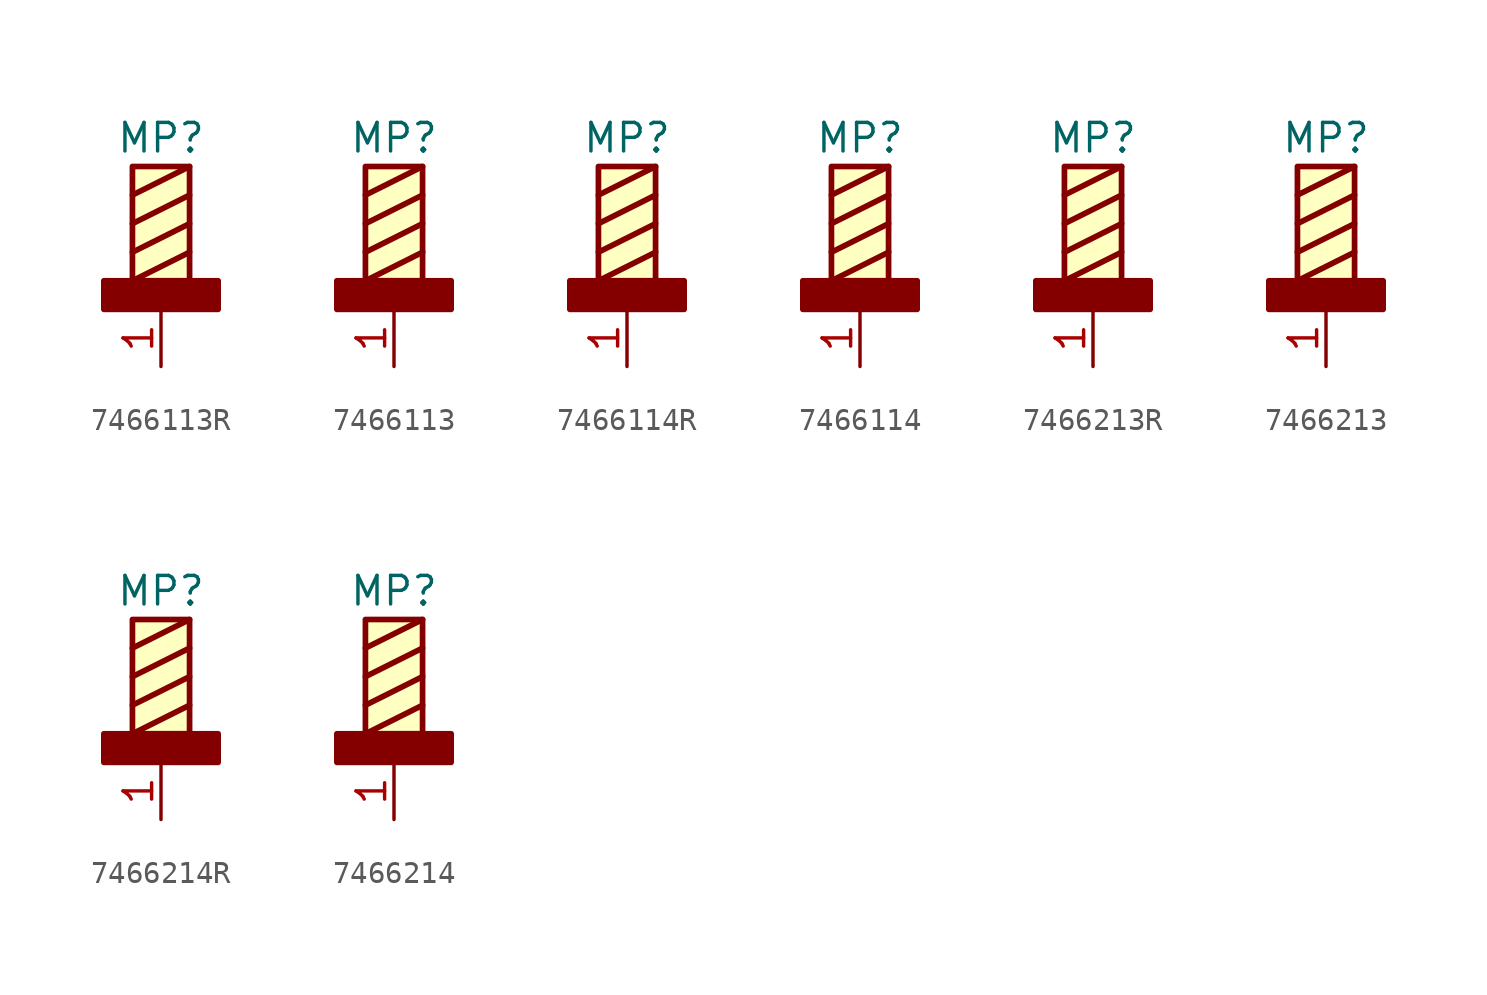
<source format=kicad_sym>
(kicad_symbol_lib
  (version 20220914)
  (generator kicad_symbol_editor)
  (symbol "7466113R"
    (pin_names hide)
    (property "Reference" "MP"
      (at 0 5.08 0)
      (effects (font (size 1.27 1.27))))
    (symbol "7466113R_0_0"
      (rectangle (start -1.27 3.81) (end 1.27 -1.27) (stroke (width 0.254) (type default)) (fill (type background)))
      (polyline (pts (xy -1.27 2.54) (xy 1.27 3.81)) (stroke (width 0.254) (type default)) (fill (type none)))
      (polyline (pts (xy 1.27 0) (xy -1.27 -1.27)) (stroke (width 0.254) (type default)) (fill (type none)))
      (polyline (pts (xy 1.27 1.27) (xy -1.27 0)) (stroke (width 0.254) (type default)) (fill (type none)))
      (polyline (pts (xy 1.27 2.54) (xy -1.27 1.27)) (stroke (width 0.254) (type default)) (fill (type none))))
    (symbol "7466113R_1_0"
      (rectangle (start -2.54 -1.27) (end 2.54 -2.54) (stroke (width 0.254) (type default)) (fill (type outline)))
      (pin passive line (at 0 -5.08 90) (length 2.54) (name "1" (effects (font (size 1.27 1.27)))) (number "1" (effects (font (size 1.27 1.27)))))))
  (symbol "7466113"
    (pin_names hide)
    (property "Reference" "MP"
      (at 0 5.08 0)
      (effects (font (size 1.27 1.27))))
    (symbol "7466113_0_0"
      (rectangle (start -1.27 3.81) (end 1.27 -1.27) (stroke (width 0.254) (type default)) (fill (type background)))
      (polyline (pts (xy -1.27 2.54) (xy 1.27 3.81)) (stroke (width 0.254) (type default)) (fill (type none)))
      (polyline (pts (xy 1.27 0) (xy -1.27 -1.27)) (stroke (width 0.254) (type default)) (fill (type none)))
      (polyline (pts (xy 1.27 1.27) (xy -1.27 0)) (stroke (width 0.254) (type default)) (fill (type none)))
      (polyline (pts (xy 1.27 2.54) (xy -1.27 1.27)) (stroke (width 0.254) (type default)) (fill (type none))))
    (symbol "7466113_1_0"
      (rectangle (start -2.54 -1.27) (end 2.54 -2.54) (stroke (width 0.254) (type default)) (fill (type outline)))
      (pin passive line (at 0 -5.08 90) (length 2.54) (name "1" (effects (font (size 1.27 1.27)))) (number "1" (effects (font (size 1.27 1.27)))))))
  (symbol "7466114R"
    (pin_names hide)
    (property "Reference" "MP"
      (at 0 5.08 0)
      (effects (font (size 1.27 1.27))))
    (symbol "7466114R_0_0"
      (rectangle (start -1.27 3.81) (end 1.27 -1.27) (stroke (width 0.254) (type default)) (fill (type background)))
      (polyline (pts (xy -1.27 2.54) (xy 1.27 3.81)) (stroke (width 0.254) (type default)) (fill (type none)))
      (polyline (pts (xy 1.27 0) (xy -1.27 -1.27)) (stroke (width 0.254) (type default)) (fill (type none)))
      (polyline (pts (xy 1.27 1.27) (xy -1.27 0)) (stroke (width 0.254) (type default)) (fill (type none)))
      (polyline (pts (xy 1.27 2.54) (xy -1.27 1.27)) (stroke (width 0.254) (type default)) (fill (type none))))
    (symbol "7466114R_1_0"
      (rectangle (start -2.54 -1.27) (end 2.54 -2.54) (stroke (width 0.254) (type default)) (fill (type outline)))
      (pin passive line (at 0 -5.08 90) (length 2.54) (name "1" (effects (font (size 1.27 1.27)))) (number "1" (effects (font (size 1.27 1.27)))))))
  (symbol "7466114"
    (pin_names hide)
    (property "Reference" "MP"
      (at 0 5.08 0)
      (effects (font (size 1.27 1.27))))
    (symbol "7466114_0_0"
      (rectangle (start -1.27 3.81) (end 1.27 -1.27) (stroke (width 0.254) (type default)) (fill (type background)))
      (polyline (pts (xy -1.27 2.54) (xy 1.27 3.81)) (stroke (width 0.254) (type default)) (fill (type none)))
      (polyline (pts (xy 1.27 0) (xy -1.27 -1.27)) (stroke (width 0.254) (type default)) (fill (type none)))
      (polyline (pts (xy 1.27 1.27) (xy -1.27 0)) (stroke (width 0.254) (type default)) (fill (type none)))
      (polyline (pts (xy 1.27 2.54) (xy -1.27 1.27)) (stroke (width 0.254) (type default)) (fill (type none))))
    (symbol "7466114_1_0"
      (rectangle (start -2.54 -1.27) (end 2.54 -2.54) (stroke (width 0.254) (type default)) (fill (type outline)))
      (pin passive line (at 0 -5.08 90) (length 2.54) (name "1" (effects (font (size 1.27 1.27)))) (number "1" (effects (font (size 1.27 1.27)))))))
  (symbol "7466213R"
    (pin_names hide)
    (property "Reference" "MP"
      (at 0 5.08 0)
      (effects (font (size 1.27 1.27))))
    (symbol "7466213R_0_0"
      (rectangle (start -1.27 3.81) (end 1.27 -1.27) (stroke (width 0.254) (type default)) (fill (type background)))
      (polyline (pts (xy -1.27 2.54) (xy 1.27 3.81)) (stroke (width 0.254) (type default)) (fill (type none)))
      (polyline (pts (xy 1.27 0) (xy -1.27 -1.27)) (stroke (width 0.254) (type default)) (fill (type none)))
      (polyline (pts (xy 1.27 1.27) (xy -1.27 0)) (stroke (width 0.254) (type default)) (fill (type none)))
      (polyline (pts (xy 1.27 2.54) (xy -1.27 1.27)) (stroke (width 0.254) (type default)) (fill (type none))))
    (symbol "7466213R_1_0"
      (rectangle (start -2.54 -1.27) (end 2.54 -2.54) (stroke (width 0.254) (type default)) (fill (type outline)))
      (pin passive line (at 0 -5.08 90) (length 2.54) (name "1" (effects (font (size 1.27 1.27)))) (number "1" (effects (font (size 1.27 1.27)))))))
  (symbol "7466213"
    (pin_names hide)
    (property "Reference" "MP"
      (at 0 5.08 0)
      (effects (font (size 1.27 1.27))))
    (symbol "7466213_0_0"
      (rectangle (start -1.27 3.81) (end 1.27 -1.27) (stroke (width 0.254) (type default)) (fill (type background)))
      (polyline (pts (xy -1.27 2.54) (xy 1.27 3.81)) (stroke (width 0.254) (type default)) (fill (type none)))
      (polyline (pts (xy 1.27 0) (xy -1.27 -1.27)) (stroke (width 0.254) (type default)) (fill (type none)))
      (polyline (pts (xy 1.27 1.27) (xy -1.27 0)) (stroke (width 0.254) (type default)) (fill (type none)))
      (polyline (pts (xy 1.27 2.54) (xy -1.27 1.27)) (stroke (width 0.254) (type default)) (fill (type none))))
    (symbol "7466213_1_0"
      (rectangle (start -2.54 -1.27) (end 2.54 -2.54) (stroke (width 0.254) (type default)) (fill (type outline)))
      (pin passive line (at 0 -5.08 90) (length 2.54) (name "1" (effects (font (size 1.27 1.27)))) (number "1" (effects (font (size 1.27 1.27)))))))
  (symbol "7466214R"
    (pin_names hide)
    (property "Reference" "MP"
      (at 0 5.08 0)
      (effects (font (size 1.27 1.27))))
    (symbol "7466214R_0_0"
      (rectangle (start -1.27 3.81) (end 1.27 -1.27) (stroke (width 0.254) (type default)) (fill (type background)))
      (polyline (pts (xy -1.27 2.54) (xy 1.27 3.81)) (stroke (width 0.254) (type default)) (fill (type none)))
      (polyline (pts (xy 1.27 0) (xy -1.27 -1.27)) (stroke (width 0.254) (type default)) (fill (type none)))
      (polyline (pts (xy 1.27 1.27) (xy -1.27 0)) (stroke (width 0.254) (type default)) (fill (type none)))
      (polyline (pts (xy 1.27 2.54) (xy -1.27 1.27)) (stroke (width 0.254) (type default)) (fill (type none))))
    (symbol "7466214R_1_0"
      (rectangle (start -2.54 -1.27) (end 2.54 -2.54) (stroke (width 0.254) (type default)) (fill (type outline)))
      (pin passive line (at 0 -5.08 90) (length 2.54) (name "1" (effects (font (size 1.27 1.27)))) (number "1" (effects (font (size 1.27 1.27)))))))
  (symbol "7466214"
    (pin_names hide)
    (property "Reference" "MP"
      (at 0 5.08 0)
      (effects (font (size 1.27 1.27))))
    (symbol "7466214_0_0"
      (rectangle (start -1.27 3.81) (end 1.27 -1.27) (stroke (width 0.254) (type default)) (fill (type background)))
      (polyline (pts (xy -1.27 2.54) (xy 1.27 3.81)) (stroke (width 0.254) (type default)) (fill (type none)))
      (polyline (pts (xy 1.27 0) (xy -1.27 -1.27)) (stroke (width 0.254) (type default)) (fill (type none)))
      (polyline (pts (xy 1.27 1.27) (xy -1.27 0)) (stroke (width 0.254) (type default)) (fill (type none)))
      (polyline (pts (xy 1.27 2.54) (xy -1.27 1.27)) (stroke (width 0.254) (type default)) (fill (type none))))
    (symbol "7466214_1_0"
      (rectangle (start -2.54 -1.27) (end 2.54 -2.54) (stroke (width 0.254) (type default)) (fill (type outline)))
      (pin passive line (at 0 -5.08 90) (length 2.54) (name "1" (effects (font (size 1.27 1.27)))) (number "1" (effects (font (size 1.27 1.27))))))))
</source>
